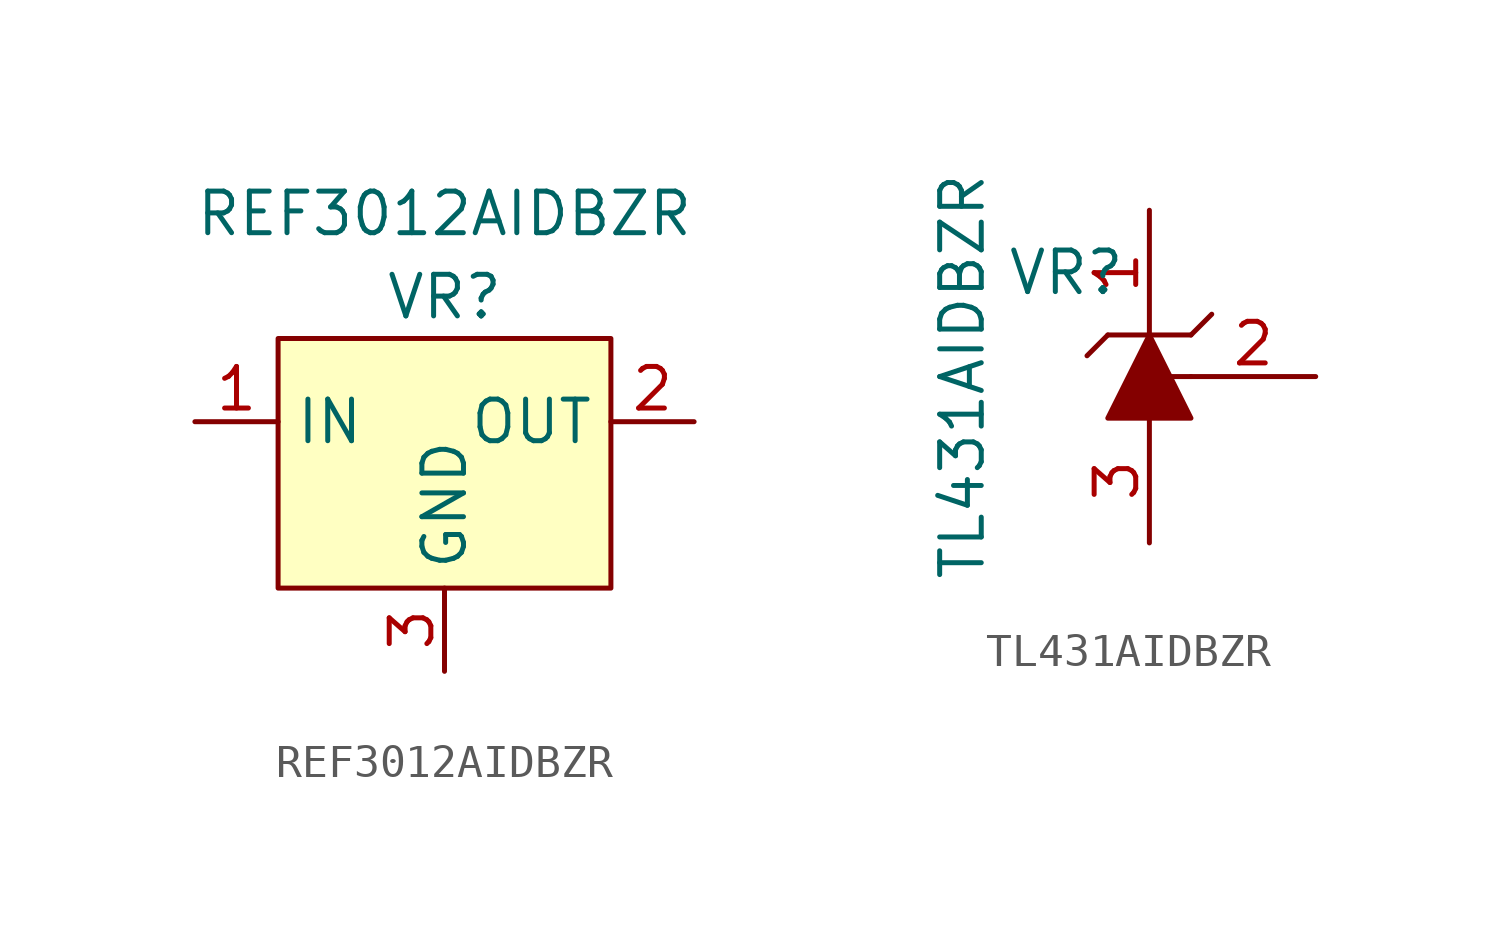
<source format=kicad_sym>
(kicad_symbol_lib
  (version 20220914)
  (generator kicad_symbol_editor)
  (symbol "REF3012AIDBZR"
    (property "Reference" "VR"
      (at 0 3.81 0)
      (effects (font (size 1.27 1.27))))
    (property "Value" "REF3012AIDBZR"
      (at 0 6.35 0)
      (effects (font (size 1.27 1.27))))
    (symbol "REF3012AIDBZR_1_1"
      (rectangle (start -5.08 2.54) (end 5.08 -5.08) (stroke (width 0) (type solid)) (fill (type background)))
      (pin power_in line (at -7.62 0 0) (length 2.54) (name "IN" (effects (font (size 1.27 1.27)))) (number "1" (effects (font (size 1.27 1.27)))))
      (pin output line (at 7.62 0 180) (length 2.54) (name "OUT" (effects (font (size 1.27 1.27)))) (number "2" (effects (font (size 1.27 1.27)))))
      (pin power_in line (at 0 -7.62 90) (length 2.54) (name "GND" (effects (font (size 1.27 1.27)))) (number "3" (effects (font (size 1.27 1.27)))))))
  (symbol "TL431AIDBZR"
    (pin_names
      (offset 0) hide)
    (property "Reference" "VR"
      (at -2.54 3.175 0)
      (effects (font (size 1.27 1.27))))
    (property "Value" "TL431AIDBZR"
      (at -5.715 0 90)
      (effects (font (size 1.27 1.27))))
    (symbol "TL431AIDBZR_0_1"
      (polyline (pts (xy -1.905 0.635) (xy -1.27 1.27)) (stroke (width 0) (type solid)) (fill (type none)))
      (polyline (pts (xy -1.27 1.27) (xy 1.27 1.27)) (stroke (width 0) (type solid)) (fill (type none)))
      (polyline (pts (xy 0.635 0) (xy 1.27 0)) (stroke (width 0) (type solid)) (fill (type none)))
      (polyline (pts (xy 1.27 1.27) (xy 1.905 1.905)) (stroke (width 0) (type solid)) (fill (type none)))
      (polyline (pts (xy -1.27 -1.27) (xy 1.27 -1.27) (xy 0 1.27) (xy -1.27 -1.27)) (stroke (width 0) (type solid)) (fill (type outline))))
    (symbol "TL431AIDBZR_1_1"
      (pin passive line (at 0 5.08 270) (length 3.81) (name "K" (effects (font (size 1.27 1.27)))) (number "1" (effects (font (size 1.27 1.27)))))
      (pin passive line (at 5.08 0 180) (length 3.81) (name "REF" (effects (font (size 1.27 1.27)))) (number "2" (effects (font (size 1.27 1.27)))))
      (pin passive line (at 0 -5.08 90) (length 3.81) (name "A" (effects (font (size 1.27 1.27)))) (number "3" (effects (font (size 1.27 1.27))))))))
</source>
